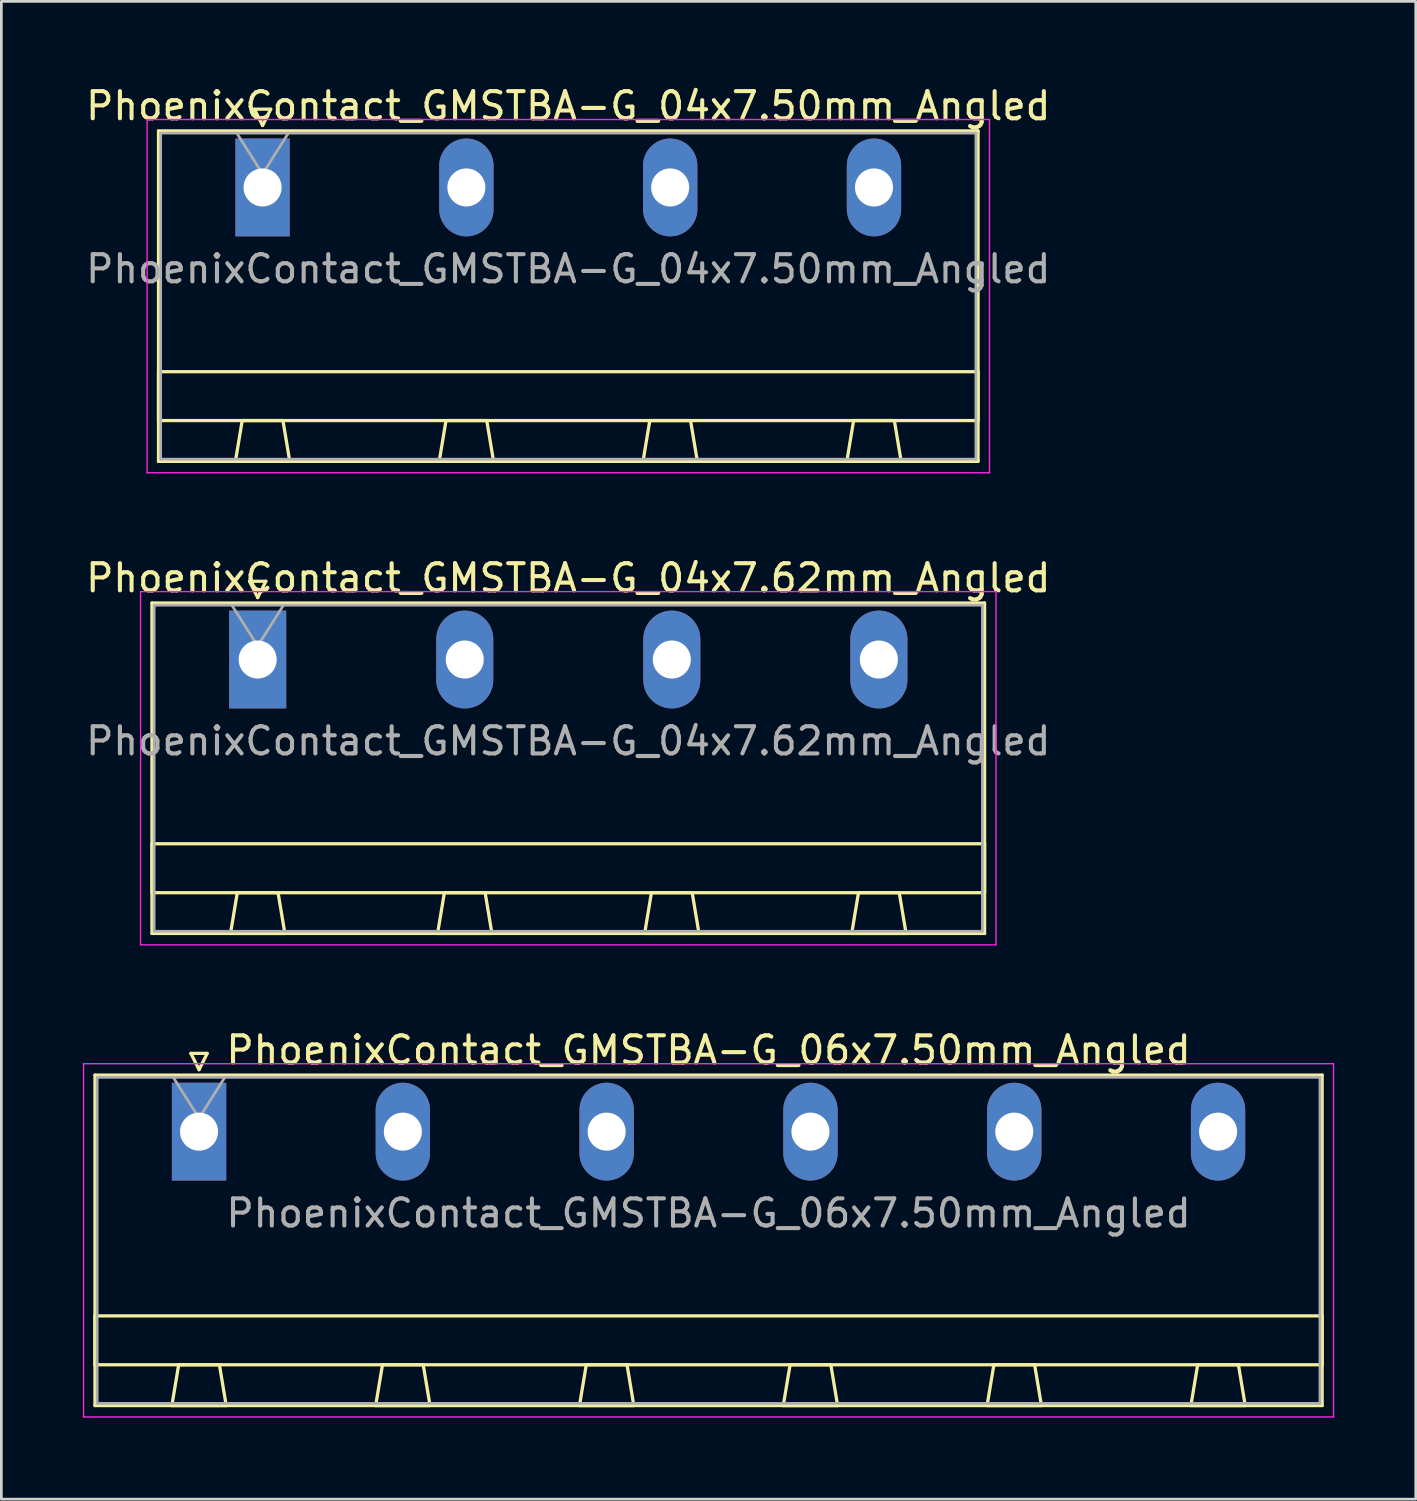
<source format=kicad_pcb>
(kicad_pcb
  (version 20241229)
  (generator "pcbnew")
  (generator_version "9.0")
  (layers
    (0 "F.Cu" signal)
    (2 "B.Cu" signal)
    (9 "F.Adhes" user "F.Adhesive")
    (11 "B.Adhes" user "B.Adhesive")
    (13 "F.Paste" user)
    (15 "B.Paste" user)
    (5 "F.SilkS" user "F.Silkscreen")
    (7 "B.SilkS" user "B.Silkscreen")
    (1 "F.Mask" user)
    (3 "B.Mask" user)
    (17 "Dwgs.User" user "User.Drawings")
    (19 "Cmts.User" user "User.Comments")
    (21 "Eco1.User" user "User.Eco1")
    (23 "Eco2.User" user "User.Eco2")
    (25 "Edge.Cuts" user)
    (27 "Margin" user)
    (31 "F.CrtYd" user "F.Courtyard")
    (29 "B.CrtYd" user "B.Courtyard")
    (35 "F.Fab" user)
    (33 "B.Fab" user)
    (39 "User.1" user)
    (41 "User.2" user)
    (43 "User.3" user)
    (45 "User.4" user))
  (footprint "PhoenixContact_GMSTBA-G_04x7.62mm_Angled"
    (layer "F.Cu")
    (at 6.433 21.221)
    (property "Reference" "PhoenixContact_GMSTBA-G_04x7.62mm_Angled" (at 11.43 -3 0) (layer "F.SilkS") (effects (font (size 1 1) (thickness 0.15))))
    (attr through_hole)
    (fp_line (start -3.89 -2.08) (end -3.89 10.08) (stroke (width 0.12) (type solid)) (layer "F.SilkS"))
    (fp_line (start -3.89 6.78) (end 26.75 6.78) (stroke (width 0.12) (type solid)) (layer "F.SilkS"))
    (fp_line (start -3.89 8.58) (end -3.89 6.78) (stroke (width 0.12) (type solid)) (layer "F.SilkS"))
    (fp_line (start -3.89 10.08) (end 26.75 10.08) (stroke (width 0.12) (type solid)) (layer "F.SilkS"))
    (fp_line (start -1 10.08) (end 1 10.08) (stroke (width 0.12) (type solid)) (layer "F.SilkS"))
    (fp_line (start -0.75 8.58) (end -1 10.08) (stroke (width 0.12) (type solid)) (layer "F.SilkS"))
    (fp_line (start -0.3 -2.88) (end 0.3 -2.88) (stroke (width 0.12) (type solid)) (layer "F.SilkS"))
    (fp_line (start 0 -2.28) (end -0.3 -2.88) (stroke (width 0.12) (type solid)) (layer "F.SilkS"))
    (fp_line (start 0.3 -2.88) (end 0 -2.28) (stroke (width 0.12) (type solid)) (layer "F.SilkS"))
    (fp_line (start 0.75 8.58) (end -0.75 8.58) (stroke (width 0.12) (type solid)) (layer "F.SilkS"))
    (fp_line (start 1 10.08) (end 0.75 8.58) (stroke (width 0.12) (type solid)) (layer "F.SilkS"))
    (fp_line (start 6.62 10.08) (end 8.62 10.08) (stroke (width 0.12) (type solid)) (layer "F.SilkS"))
    (fp_line (start 6.87 8.58) (end 6.62 10.08) (stroke (width 0.12) (type solid)) (layer "F.SilkS"))
    (fp_line (start 8.37 8.58) (end 6.87 8.58) (stroke (width 0.12) (type solid)) (layer "F.SilkS"))
    (fp_line (start 8.62 10.08) (end 8.37 8.58) (stroke (width 0.12) (type solid)) (layer "F.SilkS"))
    (fp_line (start 14.24 10.08) (end 16.24 10.08) (stroke (width 0.12) (type solid)) (layer "F.SilkS"))
    (fp_line (start 14.49 8.58) (end 14.24 10.08) (stroke (width 0.12) (type solid)) (layer "F.SilkS"))
    (fp_line (start 15.99 8.58) (end 14.49 8.58) (stroke (width 0.12) (type solid)) (layer "F.SilkS"))
    (fp_line (start 16.24 10.08) (end 15.99 8.58) (stroke (width 0.12) (type solid)) (layer "F.SilkS"))
    (fp_line (start 21.86 10.08) (end 23.86 10.08) (stroke (width 0.12) (type solid)) (layer "F.SilkS"))
    (fp_line (start 22.11 8.58) (end 21.86 10.08) (stroke (width 0.12) (type solid)) (layer "F.SilkS"))
    (fp_line (start 23.61 8.58) (end 22.11 8.58) (stroke (width 0.12) (type solid)) (layer "F.SilkS"))
    (fp_line (start 23.86 10.08) (end 23.61 8.58) (stroke (width 0.12) (type solid)) (layer "F.SilkS"))
    (fp_line (start 26.75 -2.08) (end -3.89 -2.08) (stroke (width 0.12) (type solid)) (layer "F.SilkS"))
    (fp_line (start 26.75 6.78) (end 26.75 8.58) (stroke (width 0.12) (type solid)) (layer "F.SilkS"))
    (fp_line (start 26.75 8.58) (end -3.89 8.58) (stroke (width 0.12) (type solid)) (layer "F.SilkS"))
    (fp_line (start 26.75 10.08) (end 26.75 -2.08) (stroke (width 0.12) (type solid)) (layer "F.SilkS"))
    (fp_line (start -4.31 -2.5) (end -4.31 10.5) (stroke (width 0.05) (type solid)) (layer "F.CrtYd"))
    (fp_line (start -4.31 10.5) (end 27.17 10.5) (stroke (width 0.05) (type solid)) (layer "F.CrtYd"))
    (fp_line (start 27.17 -2.5) (end -4.31 -2.5) (stroke (width 0.05) (type solid)) (layer "F.CrtYd"))
    (fp_line (start 27.17 10.5) (end 27.17 -2.5) (stroke (width 0.05) (type solid)) (layer "F.CrtYd"))
    (fp_line (start -3.81 -2) (end -3.81 10) (stroke (width 0.1) (type solid)) (layer "F.Fab"))
    (fp_line (start -3.81 10) (end 26.67 10) (stroke (width 0.1) (type solid)) (layer "F.Fab"))
    (fp_line (start 0 -0.5) (end -0.95 -2) (stroke (width 0.1) (type solid)) (layer "F.Fab"))
    (fp_line (start 0.95 -2) (end 0 -0.5) (stroke (width 0.1) (type solid)) (layer "F.Fab"))
    (fp_line (start 26.67 -2) (end -3.81 -2) (stroke (width 0.1) (type solid)) (layer "F.Fab"))
    (fp_line (start 26.67 10) (end 26.67 -2) (stroke (width 0.1) (type solid)) (layer "F.Fab"))
    (fp_text user "${REFERENCE}" (at 11.43 3 0) (layer "F.Fab") (effects (font (size 1 1) (thickness 0.15))))
    (pad "1" thru_hole rect (at 0 0) (size 2.1 3.6) (drill 1.4) (layers "*.Cu" "*.Mask"))
    (pad "2" thru_hole oval (at 7.62 0) (size 2.1 3.6) (drill 1.4) (layers "*.Cu" "*.Mask"))
    (pad "3" thru_hole oval (at 15.24 0) (size 2.1 3.6) (drill 1.4) (layers "*.Cu" "*.Mask"))
    (pad "4" thru_hole oval (at 22.86 0) (size 2.1 3.6) (drill 1.4) (layers "*.Cu" "*.Mask")))
  (footprint "PhoenixContact_GMSTBA-G_04x7.50mm_Angled"
    (layer "F.Cu")
    (at 6.613 3.848)
    (property "Reference" "PhoenixContact_GMSTBA-G_04x7.50mm_Angled" (at 11.25 -3 0) (layer "F.SilkS") (effects (font (size 1 1) (thickness 0.15))))
    (attr through_hole)
    (fp_line (start -3.83 -2.08) (end -3.83 10.08) (stroke (width 0.12) (type solid)) (layer "F.SilkS"))
    (fp_line (start -3.83 6.78) (end 26.33 6.78) (stroke (width 0.12) (type solid)) (layer "F.SilkS"))
    (fp_line (start -3.83 8.58) (end -3.83 6.78) (stroke (width 0.12) (type solid)) (layer "F.SilkS"))
    (fp_line (start -3.83 10.08) (end 26.33 10.08) (stroke (width 0.12) (type solid)) (layer "F.SilkS"))
    (fp_line (start -1 10.08) (end 1 10.08) (stroke (width 0.12) (type solid)) (layer "F.SilkS"))
    (fp_line (start -0.75 8.58) (end -1 10.08) (stroke (width 0.12) (type solid)) (layer "F.SilkS"))
    (fp_line (start -0.3 -2.88) (end 0.3 -2.88) (stroke (width 0.12) (type solid)) (layer "F.SilkS"))
    (fp_line (start 0 -2.28) (end -0.3 -2.88) (stroke (width 0.12) (type solid)) (layer "F.SilkS"))
    (fp_line (start 0.3 -2.88) (end 0 -2.28) (stroke (width 0.12) (type solid)) (layer "F.SilkS"))
    (fp_line (start 0.75 8.58) (end -0.75 8.58) (stroke (width 0.12) (type solid)) (layer "F.SilkS"))
    (fp_line (start 1 10.08) (end 0.75 8.58) (stroke (width 0.12) (type solid)) (layer "F.SilkS"))
    (fp_line (start 6.5 10.08) (end 8.5 10.08) (stroke (width 0.12) (type solid)) (layer "F.SilkS"))
    (fp_line (start 6.75 8.58) (end 6.5 10.08) (stroke (width 0.12) (type solid)) (layer "F.SilkS"))
    (fp_line (start 8.25 8.58) (end 6.75 8.58) (stroke (width 0.12) (type solid)) (layer "F.SilkS"))
    (fp_line (start 8.5 10.08) (end 8.25 8.58) (stroke (width 0.12) (type solid)) (layer "F.SilkS"))
    (fp_line (start 14 10.08) (end 16 10.08) (stroke (width 0.12) (type solid)) (layer "F.SilkS"))
    (fp_line (start 14.25 8.58) (end 14 10.08) (stroke (width 0.12) (type solid)) (layer "F.SilkS"))
    (fp_line (start 15.75 8.58) (end 14.25 8.58) (stroke (width 0.12) (type solid)) (layer "F.SilkS"))
    (fp_line (start 16 10.08) (end 15.75 8.58) (stroke (width 0.12) (type solid)) (layer "F.SilkS"))
    (fp_line (start 21.5 10.08) (end 23.5 10.08) (stroke (width 0.12) (type solid)) (layer "F.SilkS"))
    (fp_line (start 21.75 8.58) (end 21.5 10.08) (stroke (width 0.12) (type solid)) (layer "F.SilkS"))
    (fp_line (start 23.25 8.58) (end 21.75 8.58) (stroke (width 0.12) (type solid)) (layer "F.SilkS"))
    (fp_line (start 23.5 10.08) (end 23.25 8.58) (stroke (width 0.12) (type solid)) (layer "F.SilkS"))
    (fp_line (start 26.33 -2.08) (end -3.83 -2.08) (stroke (width 0.12) (type solid)) (layer "F.SilkS"))
    (fp_line (start 26.33 6.78) (end 26.33 8.58) (stroke (width 0.12) (type solid)) (layer "F.SilkS"))
    (fp_line (start 26.33 8.58) (end -3.83 8.58) (stroke (width 0.12) (type solid)) (layer "F.SilkS"))
    (fp_line (start 26.33 10.08) (end 26.33 -2.08) (stroke (width 0.12) (type solid)) (layer "F.SilkS"))
    (fp_line (start -4.25 -2.5) (end -4.25 10.5) (stroke (width 0.05) (type solid)) (layer "F.CrtYd"))
    (fp_line (start -4.25 10.5) (end 26.75 10.5) (stroke (width 0.05) (type solid)) (layer "F.CrtYd"))
    (fp_line (start 26.75 -2.5) (end -4.25 -2.5) (stroke (width 0.05) (type solid)) (layer "F.CrtYd"))
    (fp_line (start 26.75 10.5) (end 26.75 -2.5) (stroke (width 0.05) (type solid)) (layer "F.CrtYd"))
    (fp_line (start -3.75 -2) (end -3.75 10) (stroke (width 0.1) (type solid)) (layer "F.Fab"))
    (fp_line (start -3.75 10) (end 26.25 10) (stroke (width 0.1) (type solid)) (layer "F.Fab"))
    (fp_line (start 0 -0.5) (end -0.95 -2) (stroke (width 0.1) (type solid)) (layer "F.Fab"))
    (fp_line (start 0.95 -2) (end 0 -0.5) (stroke (width 0.1) (type solid)) (layer "F.Fab"))
    (fp_line (start 26.25 -2) (end -3.75 -2) (stroke (width 0.1) (type solid)) (layer "F.Fab"))
    (fp_line (start 26.25 10) (end 26.25 -2) (stroke (width 0.1) (type solid)) (layer "F.Fab"))
    (fp_text user "${REFERENCE}" (at 11.25 3 0) (layer "F.Fab") (effects (font (size 1 1) (thickness 0.15))))
    (pad "1" thru_hole rect (at 0 0) (size 2 3.6) (drill 1.4) (layers "*.Cu" "*.Mask"))
    (pad "2" thru_hole oval (at 7.5 0) (size 2 3.6) (drill 1.4) (layers "*.Cu" "*.Mask"))
    (pad "3" thru_hole oval (at 15 0) (size 2 3.6) (drill 1.4) (layers "*.Cu" "*.Mask"))
    (pad "4" thru_hole oval (at 22.5 0) (size 2 3.6) (drill 1.4) (layers "*.Cu" "*.Mask")))
  (footprint "PhoenixContact_GMSTBA-G_06x7.50mm_Angled"
    (layer "F.Cu")
    (at 4.275 38.595)
    (property "Reference" "PhoenixContact_GMSTBA-G_06x7.50mm_Angled" (at 18.75 -3 0) (layer "F.SilkS") (effects (font (size 1 1) (thickness 0.15))))
    (attr through_hole)
    (fp_line (start -3.83 -2.08) (end -3.83 10.08) (stroke (width 0.12) (type solid)) (layer "F.SilkS"))
    (fp_line (start -3.83 6.78) (end 41.33 6.78) (stroke (width 0.12) (type solid)) (layer "F.SilkS"))
    (fp_line (start -3.83 8.58) (end -3.83 6.78) (stroke (width 0.12) (type solid)) (layer "F.SilkS"))
    (fp_line (start -3.83 10.08) (end 41.33 10.08) (stroke (width 0.12) (type solid)) (layer "F.SilkS"))
    (fp_line (start -1 10.08) (end 1 10.08) (stroke (width 0.12) (type solid)) (layer "F.SilkS"))
    (fp_line (start -0.75 8.58) (end -1 10.08) (stroke (width 0.12) (type solid)) (layer "F.SilkS"))
    (fp_line (start -0.3 -2.88) (end 0.3 -2.88) (stroke (width 0.12) (type solid)) (layer "F.SilkS"))
    (fp_line (start 0 -2.28) (end -0.3 -2.88) (stroke (width 0.12) (type solid)) (layer "F.SilkS"))
    (fp_line (start 0.3 -2.88) (end 0 -2.28) (stroke (width 0.12) (type solid)) (layer "F.SilkS"))
    (fp_line (start 0.75 8.58) (end -0.75 8.58) (stroke (width 0.12) (type solid)) (layer "F.SilkS"))
    (fp_line (start 1 10.08) (end 0.75 8.58) (stroke (width 0.12) (type solid)) (layer "F.SilkS"))
    (fp_line (start 6.5 10.08) (end 8.5 10.08) (stroke (width 0.12) (type solid)) (layer "F.SilkS"))
    (fp_line (start 6.75 8.58) (end 6.5 10.08) (stroke (width 0.12) (type solid)) (layer "F.SilkS"))
    (fp_line (start 8.25 8.58) (end 6.75 8.58) (stroke (width 0.12) (type solid)) (layer "F.SilkS"))
    (fp_line (start 8.5 10.08) (end 8.25 8.58) (stroke (width 0.12) (type solid)) (layer "F.SilkS"))
    (fp_line (start 14 10.08) (end 16 10.08) (stroke (width 0.12) (type solid)) (layer "F.SilkS"))
    (fp_line (start 14.25 8.58) (end 14 10.08) (stroke (width 0.12) (type solid)) (layer "F.SilkS"))
    (fp_line (start 15.75 8.58) (end 14.25 8.58) (stroke (width 0.12) (type solid)) (layer "F.SilkS"))
    (fp_line (start 16 10.08) (end 15.75 8.58) (stroke (width 0.12) (type solid)) (layer "F.SilkS"))
    (fp_line (start 21.5 10.08) (end 23.5 10.08) (stroke (width 0.12) (type solid)) (layer "F.SilkS"))
    (fp_line (start 21.75 8.58) (end 21.5 10.08) (stroke (width 0.12) (type solid)) (layer "F.SilkS"))
    (fp_line (start 23.25 8.58) (end 21.75 8.58) (stroke (width 0.12) (type solid)) (layer "F.SilkS"))
    (fp_line (start 23.5 10.08) (end 23.25 8.58) (stroke (width 0.12) (type solid)) (layer "F.SilkS"))
    (fp_line (start 29 10.08) (end 31 10.08) (stroke (width 0.12) (type solid)) (layer "F.SilkS"))
    (fp_line (start 29.25 8.58) (end 29 10.08) (stroke (width 0.12) (type solid)) (layer "F.SilkS"))
    (fp_line (start 30.75 8.58) (end 29.25 8.58) (stroke (width 0.12) (type solid)) (layer "F.SilkS"))
    (fp_line (start 31 10.08) (end 30.75 8.58) (stroke (width 0.12) (type solid)) (layer "F.SilkS"))
    (fp_line (start 36.5 10.08) (end 38.5 10.08) (stroke (width 0.12) (type solid)) (layer "F.SilkS"))
    (fp_line (start 36.75 8.58) (end 36.5 10.08) (stroke (width 0.12) (type solid)) (layer "F.SilkS"))
    (fp_line (start 38.25 8.58) (end 36.75 8.58) (stroke (width 0.12) (type solid)) (layer "F.SilkS"))
    (fp_line (start 38.5 10.08) (end 38.25 8.58) (stroke (width 0.12) (type solid)) (layer "F.SilkS"))
    (fp_line (start 41.33 -2.08) (end -3.83 -2.08) (stroke (width 0.12) (type solid)) (layer "F.SilkS"))
    (fp_line (start 41.33 6.78) (end 41.33 8.58) (stroke (width 0.12) (type solid)) (layer "F.SilkS"))
    (fp_line (start 41.33 8.58) (end -3.83 8.58) (stroke (width 0.12) (type solid)) (layer "F.SilkS"))
    (fp_line (start 41.33 10.08) (end 41.33 -2.08) (stroke (width 0.12) (type solid)) (layer "F.SilkS"))
    (fp_line (start -4.25 -2.5) (end -4.25 10.5) (stroke (width 0.05) (type solid)) (layer "F.CrtYd"))
    (fp_line (start -4.25 10.5) (end 41.75 10.5) (stroke (width 0.05) (type solid)) (layer "F.CrtYd"))
    (fp_line (start 41.75 -2.5) (end -4.25 -2.5) (stroke (width 0.05) (type solid)) (layer "F.CrtYd"))
    (fp_line (start 41.75 10.5) (end 41.75 -2.5) (stroke (width 0.05) (type solid)) (layer "F.CrtYd"))
    (fp_line (start -3.75 -2) (end -3.75 10) (stroke (width 0.1) (type solid)) (layer "F.Fab"))
    (fp_line (start -3.75 10) (end 41.25 10) (stroke (width 0.1) (type solid)) (layer "F.Fab"))
    (fp_line (start 0 -0.5) (end -0.95 -2) (stroke (width 0.1) (type solid)) (layer "F.Fab"))
    (fp_line (start 0.95 -2) (end 0 -0.5) (stroke (width 0.1) (type solid)) (layer "F.Fab"))
    (fp_line (start 41.25 -2) (end -3.75 -2) (stroke (width 0.1) (type solid)) (layer "F.Fab"))
    (fp_line (start 41.25 10) (end 41.25 -2) (stroke (width 0.1) (type solid)) (layer "F.Fab"))
    (fp_text user "${REFERENCE}" (at 18.75 3 0) (layer "F.Fab") (effects (font (size 1 1) (thickness 0.15))))
    (pad "1" thru_hole rect (at 0 0) (size 2 3.6) (drill 1.4) (layers "*.Cu" "*.Mask"))
    (pad "2" thru_hole oval (at 7.5 0) (size 2 3.6) (drill 1.4) (layers "*.Cu" "*.Mask"))
    (pad "3" thru_hole oval (at 15 0) (size 2 3.6) (drill 1.4) (layers "*.Cu" "*.Mask"))
    (pad "4" thru_hole oval (at 22.5 0) (size 2 3.6) (drill 1.4) (layers "*.Cu" "*.Mask"))
    (pad "5" thru_hole oval (at 30 0) (size 2 3.6) (drill 1.4) (layers "*.Cu" "*.Mask"))
    (pad "6" thru_hole oval (at 37.5 0) (size 2 3.6) (drill 1.4) (layers "*.Cu" "*.Mask")))
  (gr_rect
    (start -3 -3)
    (end 49.05 52.12)
    (stroke (width 0.1) (type default))
    (fill no)
    (layer "Edge.Cuts")))
</source>
